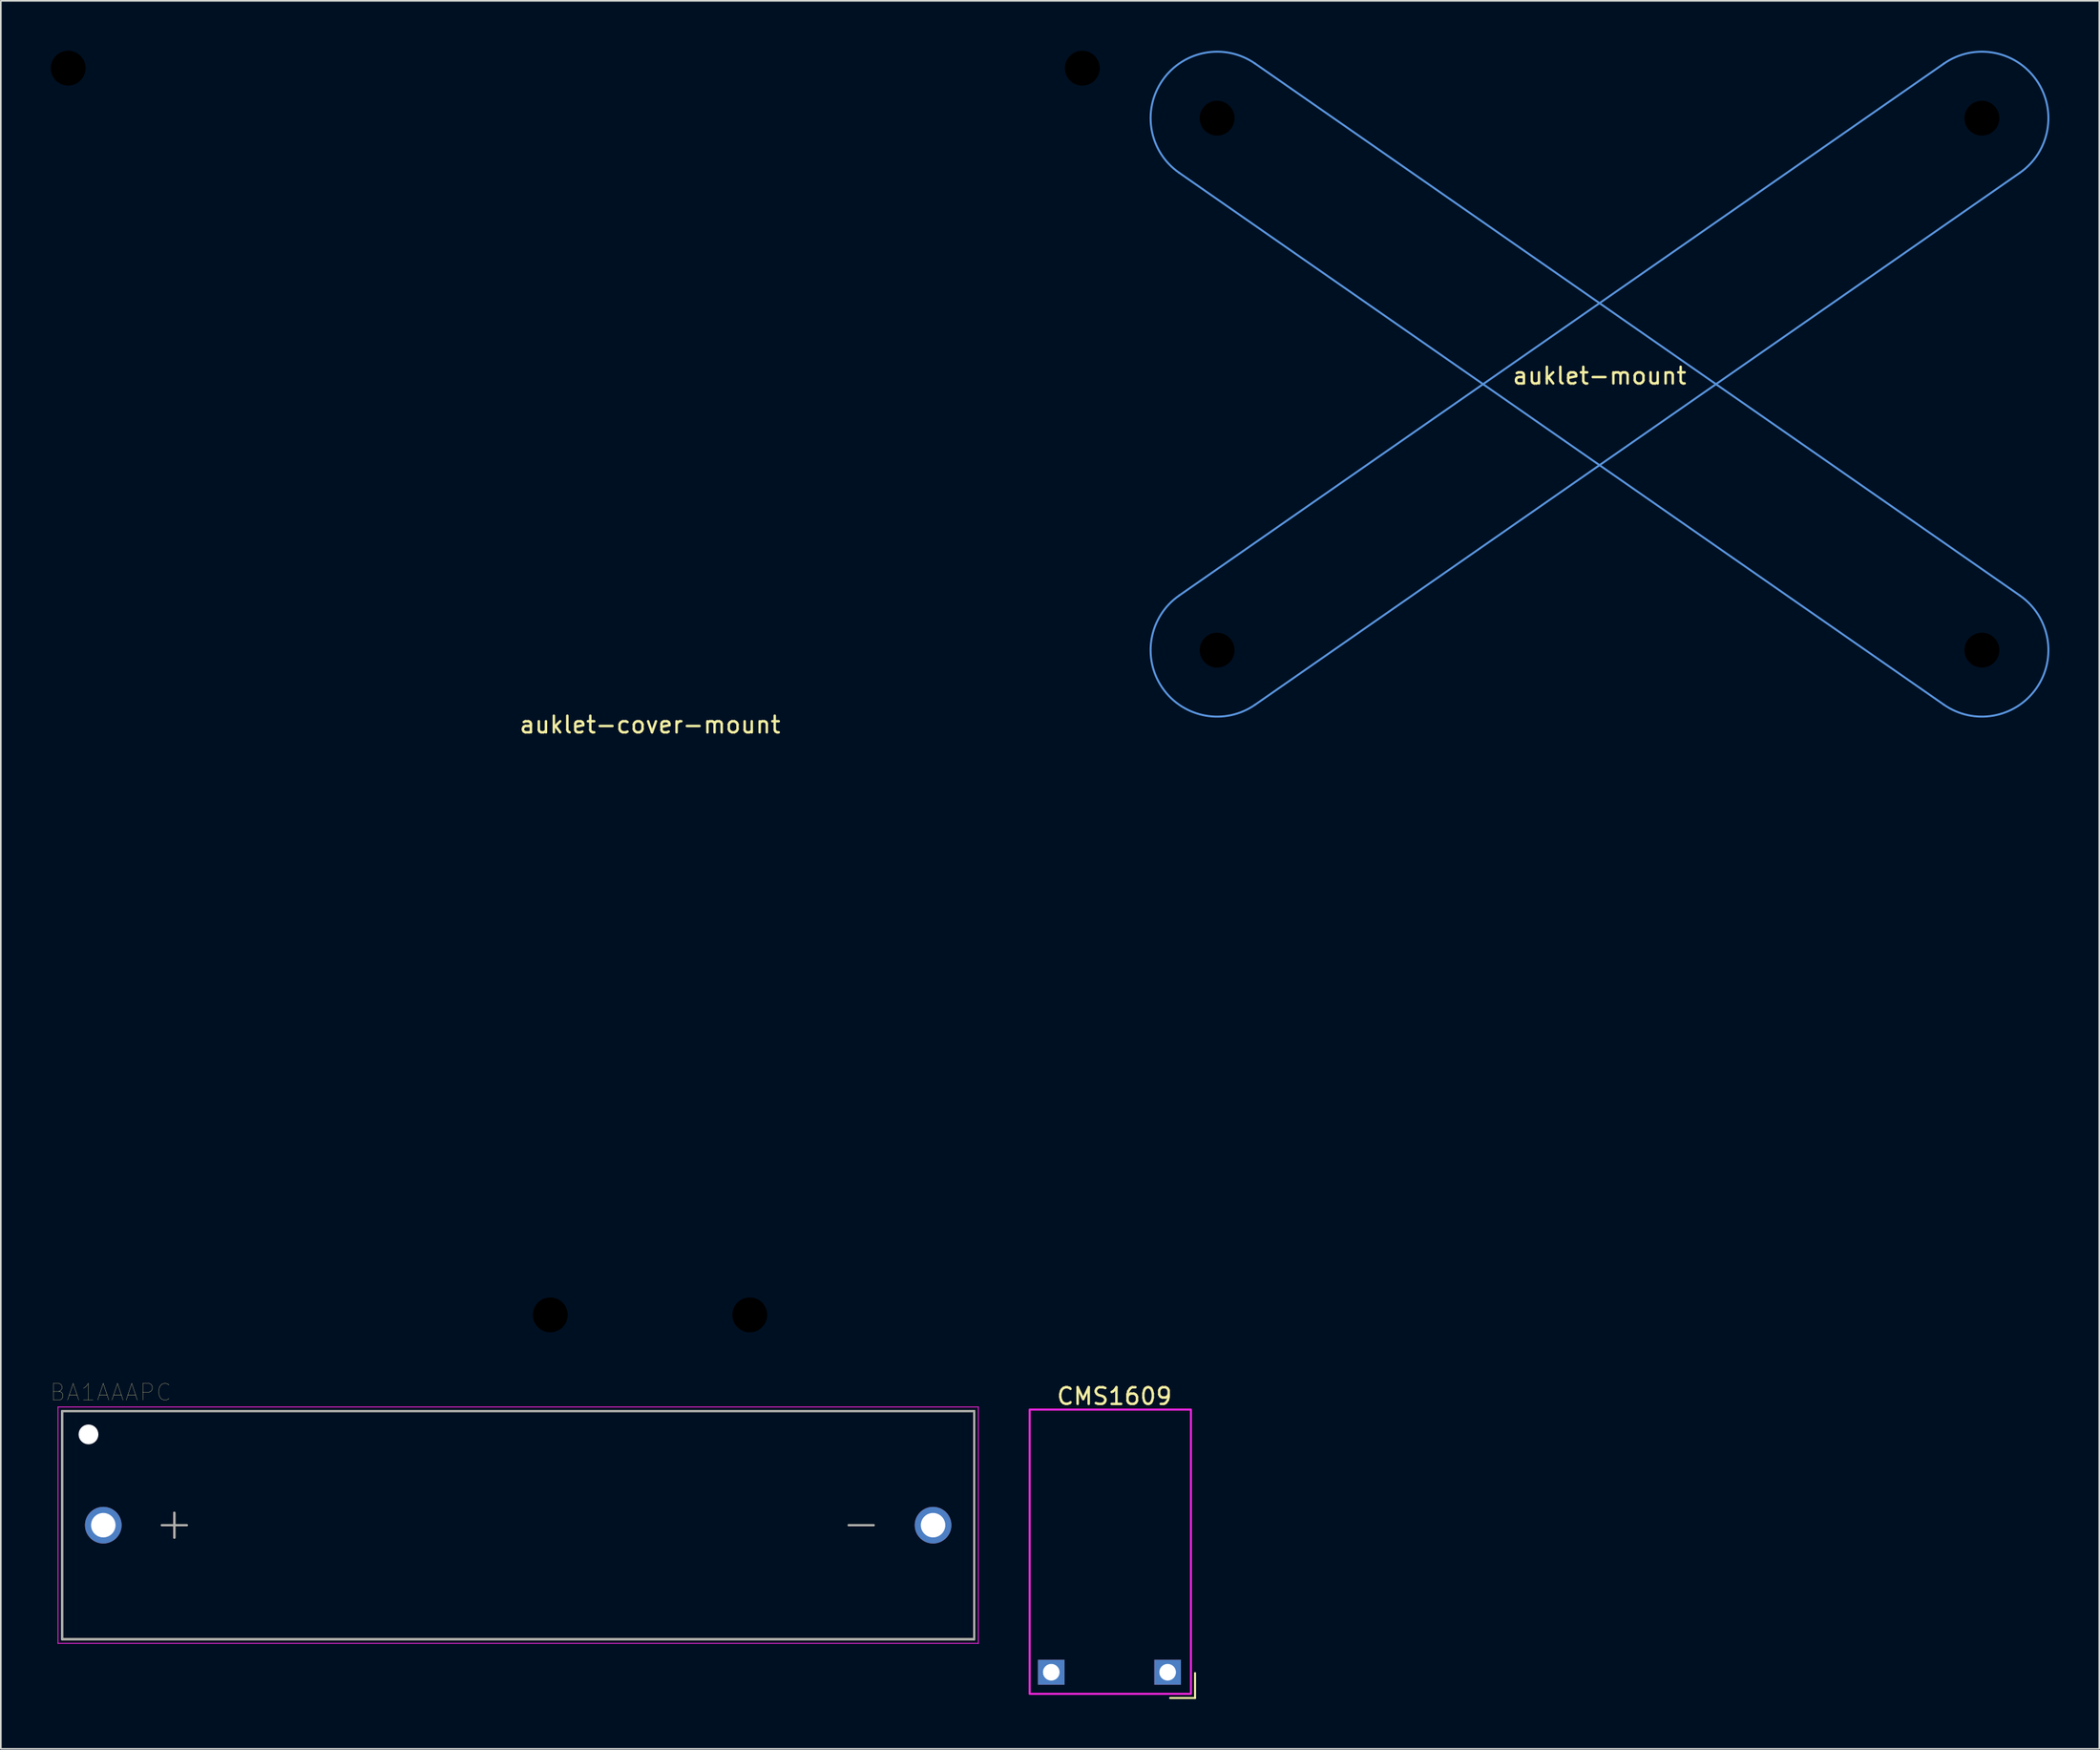
<source format=kicad_pcb>
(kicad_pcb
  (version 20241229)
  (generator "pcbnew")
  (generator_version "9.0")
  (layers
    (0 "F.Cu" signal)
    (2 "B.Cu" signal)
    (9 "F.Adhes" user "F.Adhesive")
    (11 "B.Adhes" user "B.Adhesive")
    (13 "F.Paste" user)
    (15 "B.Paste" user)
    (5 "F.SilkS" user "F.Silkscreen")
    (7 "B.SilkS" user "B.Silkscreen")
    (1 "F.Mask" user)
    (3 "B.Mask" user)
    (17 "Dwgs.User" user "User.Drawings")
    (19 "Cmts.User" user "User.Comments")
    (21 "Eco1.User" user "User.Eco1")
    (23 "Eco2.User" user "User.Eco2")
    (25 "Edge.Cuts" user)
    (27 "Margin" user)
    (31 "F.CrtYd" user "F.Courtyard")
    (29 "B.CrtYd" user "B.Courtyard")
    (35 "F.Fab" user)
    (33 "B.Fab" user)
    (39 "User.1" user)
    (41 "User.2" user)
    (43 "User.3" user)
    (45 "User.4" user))
  (footprint "auklet-cover-mount"
    (layer "F.Cu")
    (at 36.05 41.05)
    (property "Reference" "auklet-cover-mount" (at 0 -0.5 0) (unlocked yes) (layer "F.SilkS") (effects (font (size 1 1) (thickness 0.15))))
    (attr exclude_from_pos_files)
    (pad "" np_thru_hole circle (at -35 -40) (size 2.1 2.1) (drill 2.1) (layers "*.Mask"))
    (pad "" np_thru_hole circle (at -6 35) (size 2.1 2.1) (drill 2.1) (layers "*.Mask"))
    (pad "" np_thru_hole circle (at 6 35) (size 2.1 2.1) (drill 2.1) (layers "*.Mask"))
    (pad "" np_thru_hole circle (at 26 -40) (size 2.1 2.1) (drill 2.1) (layers "*.Mask")))
  (footprint "BA1AAAPC"
    (layer "F.Cu")
    (at 28.118 88.701)
    (property "Reference" "BA1AAAPC" (at -24.505 -7.99 0) (layer "F.SilkS") (effects (font (size 1 1) (thickness 0.015))))
    (attr through_hole)
    (fp_line (start -27.43 -6.86) (end 27.43 -6.86) (stroke (width 0.127) (type solid)) (layer "F.SilkS"))
    (fp_line (start -27.43 6.86) (end -27.43 -6.86) (stroke (width 0.127) (type solid)) (layer "F.SilkS"))
    (fp_line (start -21.43 0) (end -19.93 0) (stroke (width 0.127) (type solid)) (layer "F.SilkS"))
    (fp_line (start -20.68 0.75) (end -20.68 -0.75) (stroke (width 0.127) (type solid)) (layer "F.SilkS"))
    (fp_line (start 19.88 0) (end 21.38 0) (stroke (width 0.127) (type solid)) (layer "F.SilkS"))
    (fp_line (start 27.43 -6.86) (end 27.43 6.86) (stroke (width 0.127) (type solid)) (layer "F.SilkS"))
    (fp_line (start 27.43 6.86) (end -27.43 6.86) (stroke (width 0.127) (type solid)) (layer "F.SilkS"))
    (fp_line (start -27.68 -7.11) (end -27.68 7.11) (stroke (width 0.05) (type solid)) (layer "F.CrtYd"))
    (fp_line (start -27.68 7.11) (end 27.68 7.11) (stroke (width 0.05) (type solid)) (layer "F.CrtYd"))
    (fp_line (start 27.68 -7.11) (end -27.68 -7.11) (stroke (width 0.05) (type solid)) (layer "F.CrtYd"))
    (fp_line (start 27.68 7.11) (end 27.68 -7.11) (stroke (width 0.05) (type solid)) (layer "F.CrtYd"))
    (fp_line (start -27.43 -6.86) (end 27.43 -6.86) (stroke (width 0.127) (type solid)) (layer "F.Fab"))
    (fp_line (start -27.43 6.86) (end -27.43 -6.86) (stroke (width 0.127) (type solid)) (layer "F.Fab"))
    (fp_line (start -21.43 0) (end -19.93 0) (stroke (width 0.127) (type solid)) (layer "F.Fab"))
    (fp_line (start -20.68 0.75) (end -20.68 -0.75) (stroke (width 0.127) (type solid)) (layer "F.Fab"))
    (fp_line (start 19.88 0) (end 21.38 0) (stroke (width 0.127) (type solid)) (layer "F.Fab"))
    (fp_line (start 27.43 -6.86) (end 27.43 6.86) (stroke (width 0.127) (type solid)) (layer "F.Fab"))
    (fp_line (start 27.43 6.86) (end -27.43 6.86) (stroke (width 0.127) (type solid)) (layer "F.Fab"))
    (pad "" np_thru_hole circle (at -25.845 -5.46) (size 1.19 1.19) (drill 1.19) (layers "*.Cu" "*.Mask"))
    (pad "1" thru_hole circle (at -24.955 0) (size 2.205 2.205) (drill 1.47) (layers "*.Cu" "*.Mask"))
    (pad "2" thru_hole circle (at 24.955 0) (size 2.205 2.205) (drill 1.47) (layers "*.Cu" "*.Mask")))
  (footprint "auklet-mount"
    (layer "F.Cu")
    (at 93.16 20.06)
    (property "Reference" "auklet-mount" (at 0 -0.5 0) (unlocked yes) (layer "F.SilkS") (effects (font (size 1 1) (thickness 0.15))))
    (fp_line (start -25.283 -12.715) (end 20.717 19.285) (stroke (width 0.12) (type solid)) (layer "Cmts.User"))
    (fp_line (start -25.283 12.715) (end 20.717 -19.285) (stroke (width 0.12) (type solid)) (layer "Cmts.User"))
    (fp_line (start -20.717 19.285) (end 25.283 -12.715) (stroke (width 0.12) (type solid)) (layer "Cmts.User"))
    (fp_line (start 25.283 12.715) (end -20.717 -19.285) (stroke (width 0.12) (type solid)) (layer "Cmts.User"))
    (fp_arc (start -25.282854 -12.715403) (mid -26.284597 -18.282854) (end -20.717146 -19.284597) (stroke (width 0.12) (type solid)) (layer "Cmts.User"))
    (fp_arc (start -20.717146 19.284597) (mid -26.284597 18.282854) (end -25.282854 12.715403) (stroke (width 0.12) (type solid)) (layer "Cmts.User"))
    (fp_arc (start 20.717146 -19.284597) (mid 26.284597 -18.282854) (end 25.282854 -12.715403) (stroke (width 0.12) (type solid)) (layer "Cmts.User"))
    (fp_arc (start 25.282854 12.715403) (mid 26.284597 18.282854) (end 20.717146 19.284597) (stroke (width 0.12) (type solid)) (layer "Cmts.User"))
    (pad "" np_thru_hole circle (at -23 -16) (size 2.1 2.1) (drill 2.1) (layers "*.Mask"))
    (pad "" np_thru_hole circle (at -23 16) (size 2.1 2.1) (drill 2.1) (layers "*.Mask"))
    (pad "" np_thru_hole circle (at 23 -16) (size 2.1 2.1) (drill 2.1) (layers "*.Mask"))
    (pad "" np_thru_hole circle (at 23 16) (size 2.1 2.1) (drill 2.1) (layers "*.Mask")))
  (footprint "CMS1609"
    (layer "F.Cu")
    (at 63.733 90.298)
    (property "Reference" "CMS1609" (at 0.25 -9.35 0) (unlocked yes) (layer "F.SilkS") (effects (font (size 1 1) (thickness 0.15))))
    (attr smd)
    (fp_line (start 5.1 8.8) (end 3.6 8.8) (stroke (width 0.12) (type solid)) (layer "F.SilkS"))
    (fp_line (start 5.1 8.8) (end 5.1 7.3) (stroke (width 0.12) (type solid)) (layer "F.SilkS"))
    (fp_rect (start -4.85 -8.55) (end 4.85 8.55) (stroke (width 0.12) (type solid)) (fill no) (layer "F.CrtYd"))
    (pad "1" thru_hole rect (at 3.45 7.25) (size 1.6 1.5) (drill 1) (layers "*.Cu" "*.Mask"))
    (pad "2" thru_hole rect (at -3.55 7.25) (size 1.6 1.5) (drill 1) (layers "*.Cu" "*.Mask")))
  (gr_rect
    (start -3 -3)
    (end 123.22 102.158)
    (stroke (width 0.1) (type default))
    (fill no)
    (layer "Edge.Cuts")))
</source>
